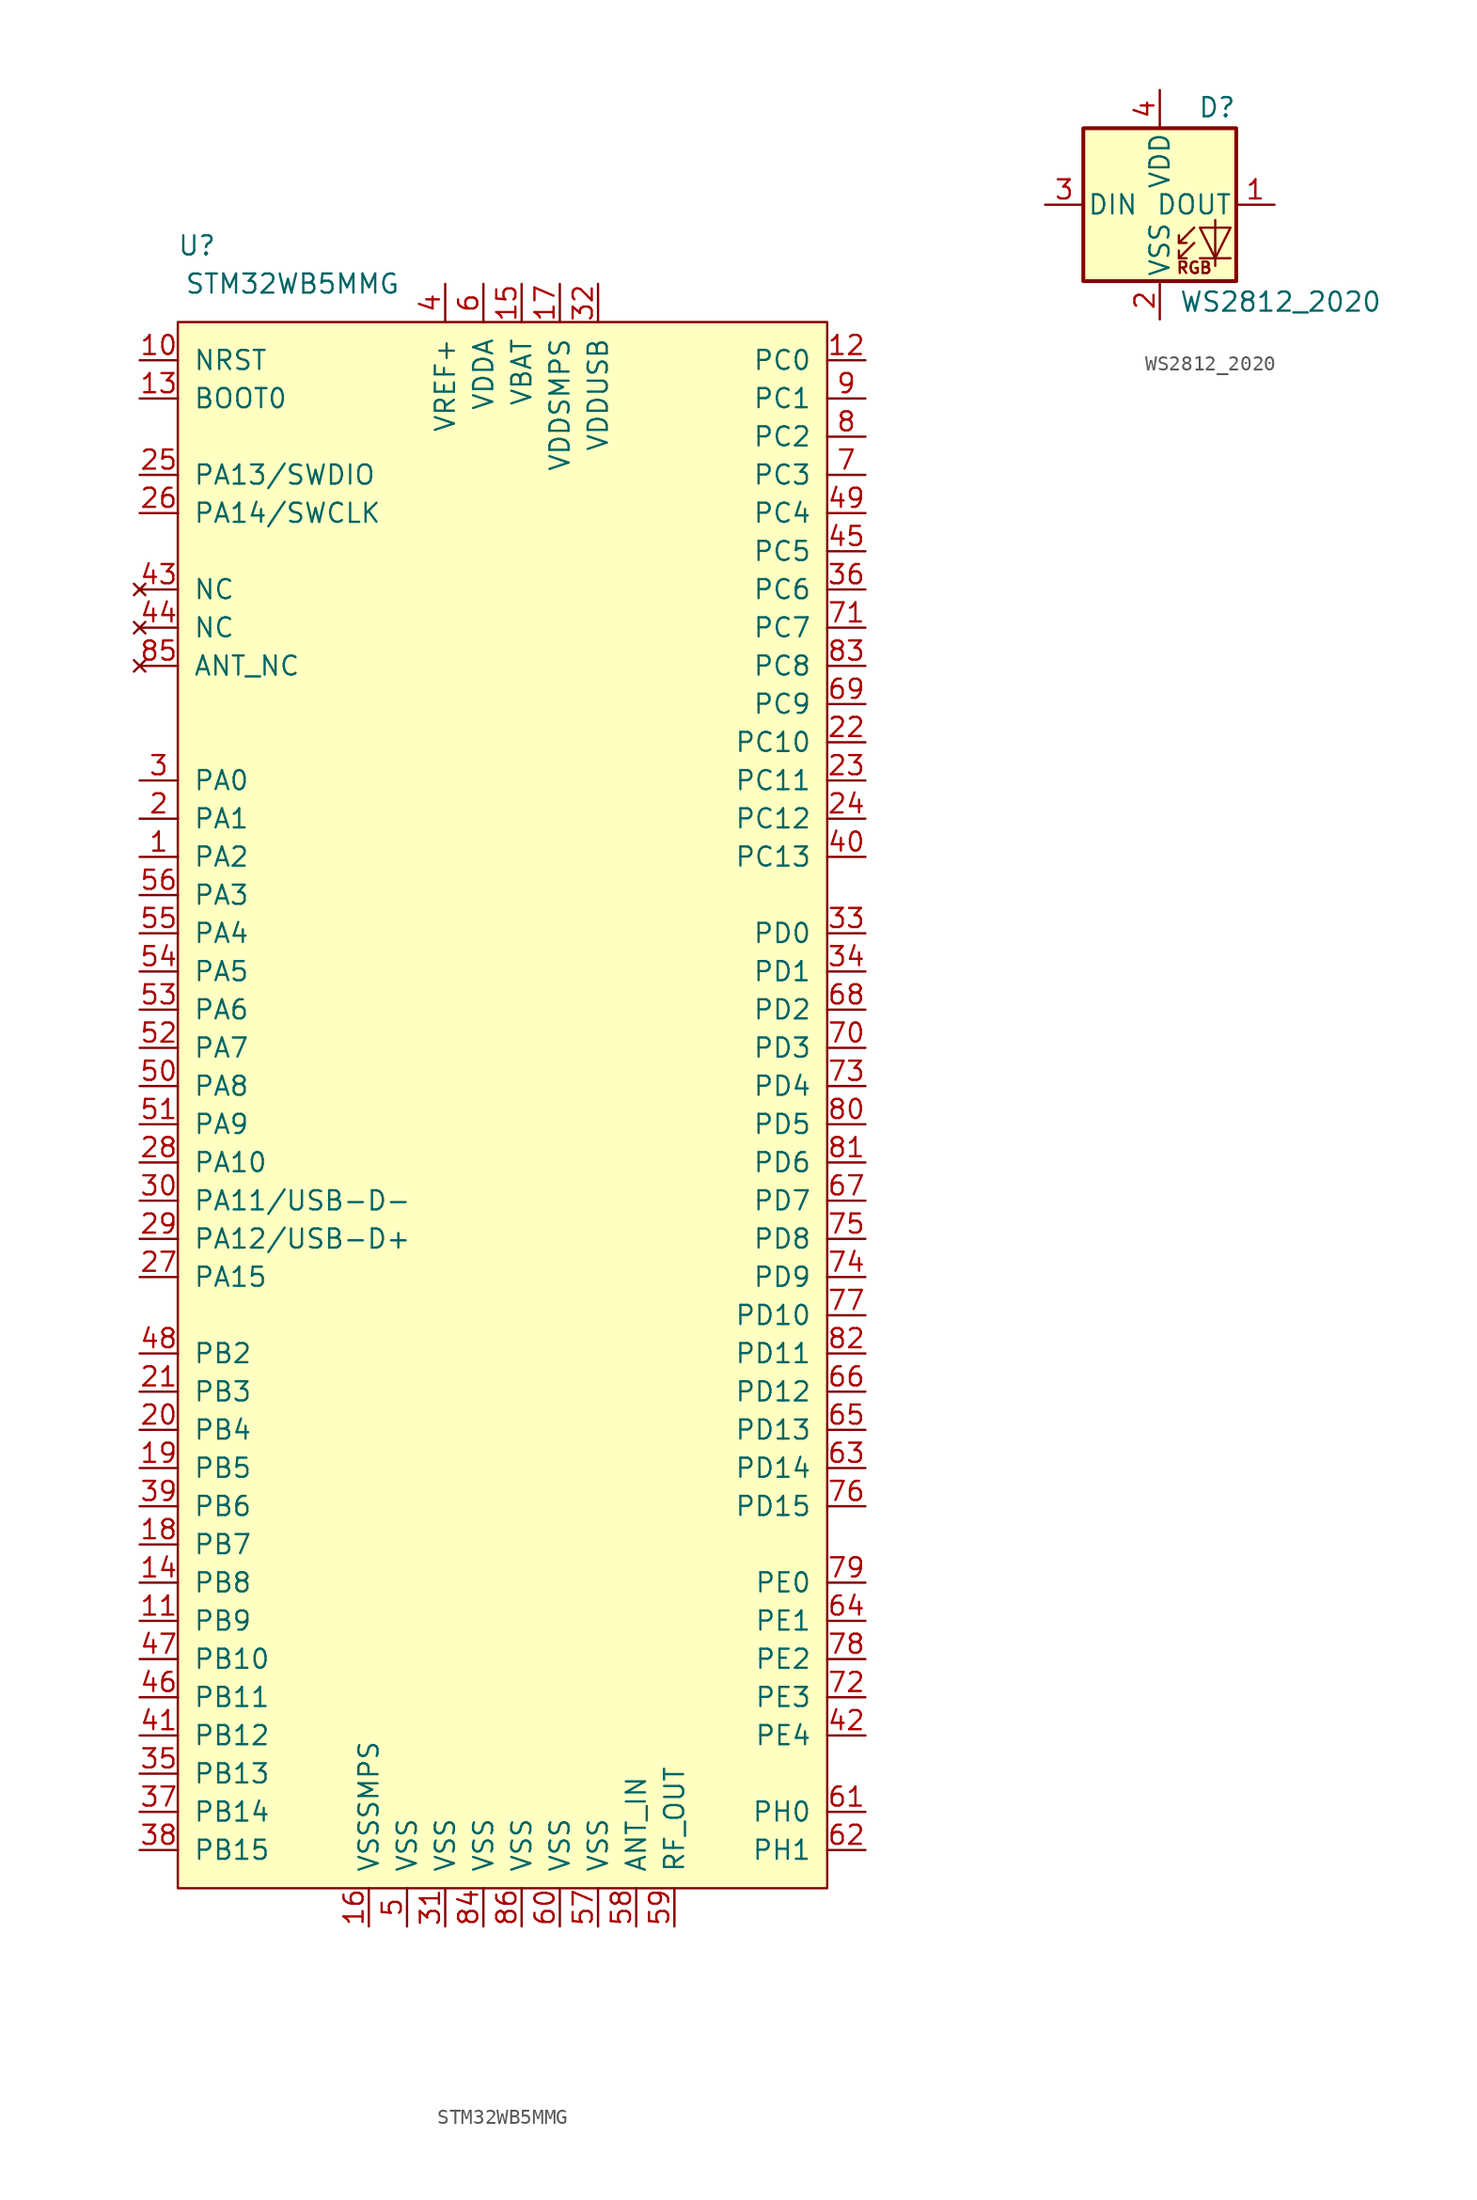
<source format=kicad_sym>
(kicad_symbol_lib
  (version 20211014)
  (generator kicad_symbol_editor)
  (symbol "STM32WB5MMG"
    (pin_names
      (offset 1.016))
    (property "Reference" "U"
      (at -20.32 57.15 0)
      (effects (font (size 1.27 1.27))))
    (property "Value" "STM32WB5MMG"
      (at -13.97 54.61 0)
      (effects (font (size 1.27 1.27))))
    (symbol "STM32WB5MMG_0_0"
      (pin bidirectional line (at -24.13 16.51 0) (length 2.54) (name "PA2" (effects (font (size 1.27 1.27)))) (number "1" (effects (font (size 1.27 1.27)))))
      (pin input line (at -24.13 49.53 0) (length 2.54) (name "NRST" (effects (font (size 1.27 1.27)))) (number "10" (effects (font (size 1.27 1.27)))))
      (pin bidirectional line (at -24.13 -34.29 0) (length 2.54) (name "PB9" (effects (font (size 1.27 1.27)))) (number "11" (effects (font (size 1.27 1.27)))))
      (pin bidirectional line (at 24.13 49.53 180) (length 2.54) (name "PC0" (effects (font (size 1.27 1.27)))) (number "12" (effects (font (size 1.27 1.27)))))
      (pin bidirectional line (at -24.13 46.99 0) (length 2.54) (name "BOOT0" (effects (font (size 1.27 1.27)))) (number "13" (effects (font (size 1.27 1.27)))))
      (pin bidirectional line (at -24.13 -31.75 0) (length 2.54) (name "PB8" (effects (font (size 1.27 1.27)))) (number "14" (effects (font (size 1.27 1.27)))))
      (pin power_in line (at 1.27 54.61 270) (length 2.54) (name "VBAT" (effects (font (size 1.27 1.27)))) (number "15" (effects (font (size 1.27 1.27)))))
      (pin power_in line (at -8.89 -54.61 90) (length 2.54) (name "VSSSMPS" (effects (font (size 1.27 1.27)))) (number "16" (effects (font (size 1.27 1.27)))))
      (pin power_in line (at 3.81 54.61 270) (length 2.54) (name "VDDSMPS" (effects (font (size 1.27 1.27)))) (number "17" (effects (font (size 1.27 1.27)))))
      (pin bidirectional line (at -24.13 -29.21 0) (length 2.54) (name "PB7" (effects (font (size 1.27 1.27)))) (number "18" (effects (font (size 1.27 1.27)))))
      (pin bidirectional line (at -24.13 -24.13 0) (length 2.54) (name "PB5" (effects (font (size 1.27 1.27)))) (number "19" (effects (font (size 1.27 1.27)))))
      (pin bidirectional line (at -24.13 19.05 0) (length 2.54) (name "PA1" (effects (font (size 1.27 1.27)))) (number "2" (effects (font (size 1.27 1.27)))))
      (pin bidirectional line (at -24.13 -21.59 0) (length 2.54) (name "PB4" (effects (font (size 1.27 1.27)))) (number "20" (effects (font (size 1.27 1.27)))))
      (pin bidirectional line (at -24.13 -19.05 0) (length 2.54) (name "PB3" (effects (font (size 1.27 1.27)))) (number "21" (effects (font (size 1.27 1.27)))))
      (pin bidirectional line (at 24.13 24.13 180) (length 2.54) (name "PC10" (effects (font (size 1.27 1.27)))) (number "22" (effects (font (size 1.27 1.27)))))
      (pin bidirectional line (at 24.13 21.59 180) (length 2.54) (name "PC11" (effects (font (size 1.27 1.27)))) (number "23" (effects (font (size 1.27 1.27)))))
      (pin bidirectional line (at 24.13 19.05 180) (length 2.54) (name "PC12" (effects (font (size 1.27 1.27)))) (number "24" (effects (font (size 1.27 1.27)))))
      (pin bidirectional line (at -24.13 41.91 0) (length 2.54) (name "PA13/SWDIO" (effects (font (size 1.27 1.27)))) (number "25" (effects (font (size 1.27 1.27)))))
      (pin bidirectional line (at -24.13 39.37 0) (length 2.54) (name "PA14/SWCLK" (effects (font (size 1.27 1.27)))) (number "26" (effects (font (size 1.27 1.27)))))
      (pin bidirectional line (at -24.13 -11.43 0) (length 2.54) (name "PA15" (effects (font (size 1.27 1.27)))) (number "27" (effects (font (size 1.27 1.27)))))
      (pin bidirectional line (at -24.13 -3.81 0) (length 2.54) (name "PA10" (effects (font (size 1.27 1.27)))) (number "28" (effects (font (size 1.27 1.27)))))
      (pin bidirectional line (at -24.13 -8.89 0) (length 2.54) (name "PA12/USB-D+" (effects (font (size 1.27 1.27)))) (number "29" (effects (font (size 1.27 1.27)))))
      (pin bidirectional line (at -24.13 21.59 0) (length 2.54) (name "PA0" (effects (font (size 1.27 1.27)))) (number "3" (effects (font (size 1.27 1.27)))))
      (pin bidirectional line (at -24.13 -6.35 0) (length 2.54) (name "PA11/USB-D-" (effects (font (size 1.27 1.27)))) (number "30" (effects (font (size 1.27 1.27)))))
      (pin power_in line (at -3.81 -54.61 90) (length 2.54) (name "VSS" (effects (font (size 1.27 1.27)))) (number "31" (effects (font (size 1.27 1.27)))))
      (pin power_in line (at 6.35 54.61 270) (length 2.54) (name "VDDUSB" (effects (font (size 1.27 1.27)))) (number "32" (effects (font (size 1.27 1.27)))))
      (pin bidirectional line (at 24.13 11.43 180) (length 2.54) (name "PD0" (effects (font (size 1.27 1.27)))) (number "33" (effects (font (size 1.27 1.27)))))
      (pin bidirectional line (at 24.13 8.89 180) (length 2.54) (name "PD1" (effects (font (size 1.27 1.27)))) (number "34" (effects (font (size 1.27 1.27)))))
      (pin bidirectional line (at -24.13 -44.45 0) (length 2.54) (name "PB13" (effects (font (size 1.27 1.27)))) (number "35" (effects (font (size 1.27 1.27)))))
      (pin bidirectional line (at 24.13 34.29 180) (length 2.54) (name "PC6" (effects (font (size 1.27 1.27)))) (number "36" (effects (font (size 1.27 1.27)))))
      (pin bidirectional line (at -24.13 -46.99 0) (length 2.54) (name "PB14" (effects (font (size 1.27 1.27)))) (number "37" (effects (font (size 1.27 1.27)))))
      (pin bidirectional line (at -24.13 -49.53 0) (length 2.54) (name "PB15" (effects (font (size 1.27 1.27)))) (number "38" (effects (font (size 1.27 1.27)))))
      (pin bidirectional line (at -24.13 -26.67 0) (length 2.54) (name "PB6" (effects (font (size 1.27 1.27)))) (number "39" (effects (font (size 1.27 1.27)))))
      (pin power_in line (at -3.81 54.61 270) (length 2.54) (name "VREF+" (effects (font (size 1.27 1.27)))) (number "4" (effects (font (size 1.27 1.27)))))
      (pin bidirectional line (at 24.13 16.51 180) (length 2.54) (name "PC13" (effects (font (size 1.27 1.27)))) (number "40" (effects (font (size 1.27 1.27)))))
      (pin bidirectional line (at -24.13 -41.91 0) (length 2.54) (name "PB12" (effects (font (size 1.27 1.27)))) (number "41" (effects (font (size 1.27 1.27)))))
      (pin bidirectional line (at 24.13 -41.91 180) (length 2.54) (name "PE4" (effects (font (size 1.27 1.27)))) (number "42" (effects (font (size 1.27 1.27)))))
      (pin no_connect line (at -24.13 34.29 0) (length 2.54) (name "NC" (effects (font (size 1.27 1.27)))) (number "43" (effects (font (size 1.27 1.27)))))
      (pin no_connect line (at -24.13 31.75 0) (length 2.54) (name "NC" (effects (font (size 1.27 1.27)))) (number "44" (effects (font (size 1.27 1.27)))))
      (pin bidirectional line (at 24.13 36.83 180) (length 2.54) (name "PC5" (effects (font (size 1.27 1.27)))) (number "45" (effects (font (size 1.27 1.27)))))
      (pin bidirectional line (at -24.13 -39.37 0) (length 2.54) (name "PB11" (effects (font (size 1.27 1.27)))) (number "46" (effects (font (size 1.27 1.27)))))
      (pin bidirectional line (at -24.13 -36.83 0) (length 2.54) (name "PB10" (effects (font (size 1.27 1.27)))) (number "47" (effects (font (size 1.27 1.27)))))
      (pin bidirectional line (at -24.13 -16.51 0) (length 2.54) (name "PB2" (effects (font (size 1.27 1.27)))) (number "48" (effects (font (size 1.27 1.27)))))
      (pin bidirectional line (at 24.13 39.37 180) (length 2.54) (name "PC4" (effects (font (size 1.27 1.27)))) (number "49" (effects (font (size 1.27 1.27)))))
      (pin power_in line (at -6.35 -54.61 90) (length 2.54) (name "VSS" (effects (font (size 1.27 1.27)))) (number "5" (effects (font (size 1.27 1.27)))))
      (pin bidirectional line (at -24.13 1.27 0) (length 2.54) (name "PA8" (effects (font (size 1.27 1.27)))) (number "50" (effects (font (size 1.27 1.27)))))
      (pin bidirectional line (at -24.13 -1.27 0) (length 2.54) (name "PA9" (effects (font (size 1.27 1.27)))) (number "51" (effects (font (size 1.27 1.27)))))
      (pin bidirectional line (at -24.13 3.81 0) (length 2.54) (name "PA7" (effects (font (size 1.27 1.27)))) (number "52" (effects (font (size 1.27 1.27)))))
      (pin bidirectional line (at -24.13 6.35 0) (length 2.54) (name "PA6" (effects (font (size 1.27 1.27)))) (number "53" (effects (font (size 1.27 1.27)))))
      (pin bidirectional line (at -24.13 8.89 0) (length 2.54) (name "PA5" (effects (font (size 1.27 1.27)))) (number "54" (effects (font (size 1.27 1.27)))))
      (pin bidirectional line (at -24.13 11.43 0) (length 2.54) (name "PA4" (effects (font (size 1.27 1.27)))) (number "55" (effects (font (size 1.27 1.27)))))
      (pin bidirectional line (at -24.13 13.97 0) (length 2.54) (name "PA3" (effects (font (size 1.27 1.27)))) (number "56" (effects (font (size 1.27 1.27)))))
      (pin power_in line (at 6.35 -54.61 90) (length 2.54) (name "VSS" (effects (font (size 1.27 1.27)))) (number "57" (effects (font (size 1.27 1.27)))))
      (pin power_in line (at 8.89 -54.61 90) (length 2.54) (name "ANT_IN" (effects (font (size 1.27 1.27)))) (number "58" (effects (font (size 1.27 1.27)))))
      (pin power_in line (at 11.43 -54.61 90) (length 2.54) (name "RF_OUT" (effects (font (size 1.27 1.27)))) (number "59" (effects (font (size 1.27 1.27)))))
      (pin power_in line (at -1.27 54.61 270) (length 2.54) (name "VDDA" (effects (font (size 1.27 1.27)))) (number "6" (effects (font (size 1.27 1.27)))))
      (pin power_in line (at 3.81 -54.61 90) (length 2.54) (name "VSS" (effects (font (size 1.27 1.27)))) (number "60" (effects (font (size 1.27 1.27)))))
      (pin bidirectional line (at 24.13 -46.99 180) (length 2.54) (name "PH0" (effects (font (size 1.27 1.27)))) (number "61" (effects (font (size 1.27 1.27)))))
      (pin bidirectional line (at 24.13 -49.53 180) (length 2.54) (name "PH1" (effects (font (size 1.27 1.27)))) (number "62" (effects (font (size 1.27 1.27)))))
      (pin bidirectional line (at 24.13 -24.13 180) (length 2.54) (name "PD14" (effects (font (size 1.27 1.27)))) (number "63" (effects (font (size 1.27 1.27)))))
      (pin bidirectional line (at 24.13 -34.29 180) (length 2.54) (name "PE1" (effects (font (size 1.27 1.27)))) (number "64" (effects (font (size 1.27 1.27)))))
      (pin bidirectional line (at 24.13 -21.59 180) (length 2.54) (name "PD13" (effects (font (size 1.27 1.27)))) (number "65" (effects (font (size 1.27 1.27)))))
      (pin bidirectional line (at 24.13 -19.05 180) (length 2.54) (name "PD12" (effects (font (size 1.27 1.27)))) (number "66" (effects (font (size 1.27 1.27)))))
      (pin bidirectional line (at 24.13 -6.35 180) (length 2.54) (name "PD7" (effects (font (size 1.27 1.27)))) (number "67" (effects (font (size 1.27 1.27)))))
      (pin bidirectional line (at 24.13 6.35 180) (length 2.54) (name "PD2" (effects (font (size 1.27 1.27)))) (number "68" (effects (font (size 1.27 1.27)))))
      (pin bidirectional line (at 24.13 26.67 180) (length 2.54) (name "PC9" (effects (font (size 1.27 1.27)))) (number "69" (effects (font (size 1.27 1.27)))))
      (pin bidirectional line (at 24.13 41.91 180) (length 2.54) (name "PC3" (effects (font (size 1.27 1.27)))) (number "7" (effects (font (size 1.27 1.27)))))
      (pin bidirectional line (at 24.13 3.81 180) (length 2.54) (name "PD3" (effects (font (size 1.27 1.27)))) (number "70" (effects (font (size 1.27 1.27)))))
      (pin bidirectional line (at 24.13 31.75 180) (length 2.54) (name "PC7" (effects (font (size 1.27 1.27)))) (number "71" (effects (font (size 1.27 1.27)))))
      (pin bidirectional line (at 24.13 -39.37 180) (length 2.54) (name "PE3" (effects (font (size 1.27 1.27)))) (number "72" (effects (font (size 1.27 1.27)))))
      (pin bidirectional line (at 24.13 1.27 180) (length 2.54) (name "PD4" (effects (font (size 1.27 1.27)))) (number "73" (effects (font (size 1.27 1.27)))))
      (pin bidirectional line (at 24.13 -11.43 180) (length 2.54) (name "PD9" (effects (font (size 1.27 1.27)))) (number "74" (effects (font (size 1.27 1.27)))))
      (pin bidirectional line (at 24.13 -8.89 180) (length 2.54) (name "PD8" (effects (font (size 1.27 1.27)))) (number "75" (effects (font (size 1.27 1.27)))))
      (pin bidirectional line (at 24.13 -26.67 180) (length 2.54) (name "PD15" (effects (font (size 1.27 1.27)))) (number "76" (effects (font (size 1.27 1.27)))))
      (pin bidirectional line (at 24.13 -13.97 180) (length 2.54) (name "PD10" (effects (font (size 1.27 1.27)))) (number "77" (effects (font (size 1.27 1.27)))))
      (pin bidirectional line (at 24.13 -36.83 180) (length 2.54) (name "PE2" (effects (font (size 1.27 1.27)))) (number "78" (effects (font (size 1.27 1.27)))))
      (pin bidirectional line (at 24.13 -31.75 180) (length 2.54) (name "PE0" (effects (font (size 1.27 1.27)))) (number "79" (effects (font (size 1.27 1.27)))))
      (pin bidirectional line (at 24.13 44.45 180) (length 2.54) (name "PC2" (effects (font (size 1.27 1.27)))) (number "8" (effects (font (size 1.27 1.27)))))
      (pin bidirectional line (at 24.13 -1.27 180) (length 2.54) (name "PD5" (effects (font (size 1.27 1.27)))) (number "80" (effects (font (size 1.27 1.27)))))
      (pin bidirectional line (at 24.13 -3.81 180) (length 2.54) (name "PD6" (effects (font (size 1.27 1.27)))) (number "81" (effects (font (size 1.27 1.27)))))
      (pin bidirectional line (at 24.13 -16.51 180) (length 2.54) (name "PD11" (effects (font (size 1.27 1.27)))) (number "82" (effects (font (size 1.27 1.27)))))
      (pin bidirectional line (at 24.13 29.21 180) (length 2.54) (name "PC8" (effects (font (size 1.27 1.27)))) (number "83" (effects (font (size 1.27 1.27)))))
      (pin power_in line (at -1.27 -54.61 90) (length 2.54) (name "VSS" (effects (font (size 1.27 1.27)))) (number "84" (effects (font (size 1.27 1.27)))))
      (pin no_connect line (at -24.13 29.21 0) (length 2.54) (name "ANT_NC" (effects (font (size 1.27 1.27)))) (number "85" (effects (font (size 1.27 1.27)))))
      (pin power_in line (at 1.27 -54.61 90) (length 2.54) (name "VSS" (effects (font (size 1.27 1.27)))) (number "86" (effects (font (size 1.27 1.27)))))
      (pin bidirectional line (at 24.13 46.99 180) (length 2.54) (name "PC1" (effects (font (size 1.27 1.27)))) (number "9" (effects (font (size 1.27 1.27))))))
    (symbol "STM32WB5MMG_0_1"
      (rectangle (start -21.59 52.07) (end 21.59 -52.07) (stroke (width 0) (type default) (color 0 0 0 0)) (fill (type background)))))
  (symbol "WS2812_2020"
    (pin_names
      (offset 0.254))
    (property "Reference" "D"
      (at 5.08 5.715 0)
      (effects (font (size 1.27 1.27)) (justify right bottom)))
    (property "Value" "WS2812_2020"
      (at 1.27 -5.715 0)
      (effects (font (size 1.27 1.27)) (justify left top)))
    (symbol "WS2812_2020_0_0"
      (text "RGB" (at 2.286 -4.191 0) (effects (font (size 0.762 0.762)))))
    (symbol "WS2812_2020_0_1"
      (polyline (pts (xy 1.27 -3.556) (xy 1.778 -3.556)) (stroke (width 0) (type default) (color 0 0 0 0)) (fill (type none)))
      (polyline (pts (xy 1.27 -2.54) (xy 1.778 -2.54)) (stroke (width 0) (type default) (color 0 0 0 0)) (fill (type none)))
      (polyline (pts (xy 4.699 -3.556) (xy 2.667 -3.556)) (stroke (width 0) (type default) (color 0 0 0 0)) (fill (type none)))
      (polyline (pts (xy 2.286 -2.54) (xy 1.27 -3.556) (xy 1.27 -3.048)) (stroke (width 0) (type default) (color 0 0 0 0)) (fill (type none)))
      (polyline (pts (xy 2.286 -1.524) (xy 1.27 -2.54) (xy 1.27 -2.032)) (stroke (width 0) (type default) (color 0 0 0 0)) (fill (type none)))
      (polyline (pts (xy 3.683 -1.016) (xy 3.683 -3.556) (xy 3.683 -4.064)) (stroke (width 0) (type default) (color 0 0 0 0)) (fill (type none)))
      (polyline (pts (xy 4.699 -1.524) (xy 2.667 -1.524) (xy 3.683 -3.556) (xy 4.699 -1.524)) (stroke (width 0) (type default) (color 0 0 0 0)) (fill (type none)))
      (rectangle (start 5.08 5.08) (end -5.08 -5.08) (stroke (width 0.254) (type default) (color 0 0 0 0)) (fill (type background))))
    (symbol "WS2812_2020_1_1"
      (pin output line (at 7.62 0 180) (length 2.54) (name "DOUT" (effects (font (size 1.27 1.27)))) (number "1" (effects (font (size 1.27 1.27)))))
      (pin power_in line (at 0 -7.62 90) (length 2.54) (name "VSS" (effects (font (size 1.27 1.27)))) (number "2" (effects (font (size 1.27 1.27)))))
      (pin input line (at -7.62 0 0) (length 2.54) (name "DIN" (effects (font (size 1.27 1.27)))) (number "3" (effects (font (size 1.27 1.27)))))
      (pin power_in line (at 0 7.62 270) (length 2.54) (name "VDD" (effects (font (size 1.27 1.27)))) (number "4" (effects (font (size 1.27 1.27))))))))
</source>
